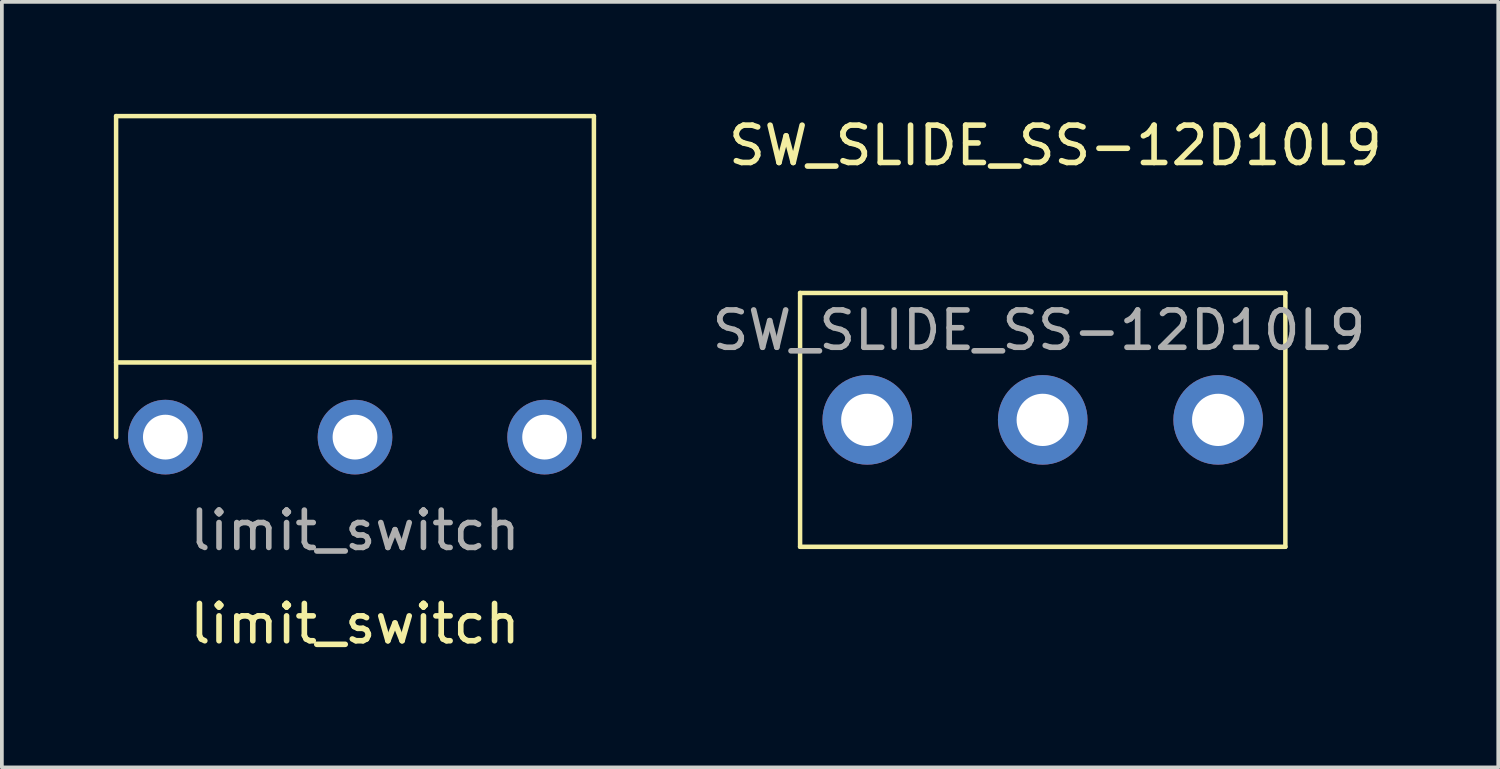
<source format=kicad_pcb>
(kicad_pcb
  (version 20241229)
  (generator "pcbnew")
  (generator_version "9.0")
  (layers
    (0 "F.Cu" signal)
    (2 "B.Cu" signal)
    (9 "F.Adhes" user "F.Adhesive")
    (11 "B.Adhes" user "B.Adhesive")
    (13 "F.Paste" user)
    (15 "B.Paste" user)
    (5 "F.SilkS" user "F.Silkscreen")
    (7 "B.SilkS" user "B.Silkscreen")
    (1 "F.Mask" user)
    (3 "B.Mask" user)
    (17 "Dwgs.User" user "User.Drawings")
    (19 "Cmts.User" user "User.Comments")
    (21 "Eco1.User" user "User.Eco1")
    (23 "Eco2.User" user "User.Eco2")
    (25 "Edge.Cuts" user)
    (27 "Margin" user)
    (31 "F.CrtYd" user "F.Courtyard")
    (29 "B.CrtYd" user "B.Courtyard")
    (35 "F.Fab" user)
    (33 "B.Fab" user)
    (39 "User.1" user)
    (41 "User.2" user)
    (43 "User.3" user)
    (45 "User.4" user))
  (footprint "limit_switch"
    (layer "F.Cu")
    (at 6.46 8.66)
    (property "Reference" "limit_switch" (at 0 5 0) (unlocked yes) (layer "F.SilkS") (effects (font (size 1 1) (thickness 0.15))))
    (attr through_hole)
    (fp_line (start -6.4 -8.6) (end -6.4 0) (stroke (width 0.12) (type default)) (layer "F.SilkS"))
    (fp_line (start -6.4 -8.6) (end 6.4 -8.6) (stroke (width 0.12) (type default)) (layer "F.SilkS"))
    (fp_line (start -6.4 -2) (end 6.4 -2) (stroke (width 0.12) (type default)) (layer "F.SilkS"))
    (fp_line (start 6.4 -8.6) (end 6.4 0) (stroke (width 0.12) (type default)) (layer "F.SilkS"))
    (fp_text user "${REFERENCE}" (at 0 2.5 0) (unlocked yes) (layer "F.Fab") (effects (font (size 1 1) (thickness 0.15))))
    (pad "1" thru_hole circle (at 5.08 0) (size 2 2) (drill 1.2) (layers "*.Cu" "*.Mask"))
    (pad "2" thru_hole circle (at -5.08 0) (size 2 2) (drill 1.2) (layers "*.Cu" "*.Mask"))
    (pad "3" thru_hole circle (at 0 0) (size 2 2) (drill 1.2) (layers "*.Cu" "*.Mask")))
  (footprint "SW_SLIDE_SS-12D10L9"
    (layer "F.Cu")
    (at 24.883 8.198)
    (property "Reference" "SW_SLIDE_SS-12D10L9" (at 0.34 -7.35 0) (unlocked yes) (layer "F.SilkS") (effects (font (size 1 1) (thickness 0.15))))
    (attr through_hole)
    (fp_line (start -6.5 -3.4) (end -6.5 3.4) (stroke (width 0.12) (type solid)) (layer "F.SilkS"))
    (fp_line (start -6.5 3.4) (end 6.5 3.4) (stroke (width 0.12) (type solid)) (layer "F.SilkS"))
    (fp_line (start 6.5 -3.4) (end -6.5 -3.4) (stroke (width 0.12) (type solid)) (layer "F.SilkS"))
    (fp_line (start 6.5 3.4) (end 6.5 -3.4) (stroke (width 0.12) (type solid)) (layer "F.SilkS"))
    (fp_text user "${REFERENCE}" (at -0.1 -2.4 0) (unlocked yes) (layer "F.Fab") (effects (font (size 1 1) (thickness 0.15))))
    (pad "1" thru_hole circle (at -4.7 0) (size 2.4 2.4) (drill 1.4) (layers "*.Cu" "*.Mask"))
    (pad "2" thru_hole circle (at 0 0) (size 2.4 2.4) (drill 1.4) (layers "*.Cu" "*.Mask"))
    (pad "3" thru_hole circle (at 4.7 0) (size 2.4 2.4) (drill 1.4) (layers "*.Cu" "*.Mask")))
  (gr_rect
    (start -3 -3)
    (end 37.086 17.508)
    (stroke (width 0.1) (type default))
    (fill no)
    (layer "Edge.Cuts")))
</source>
